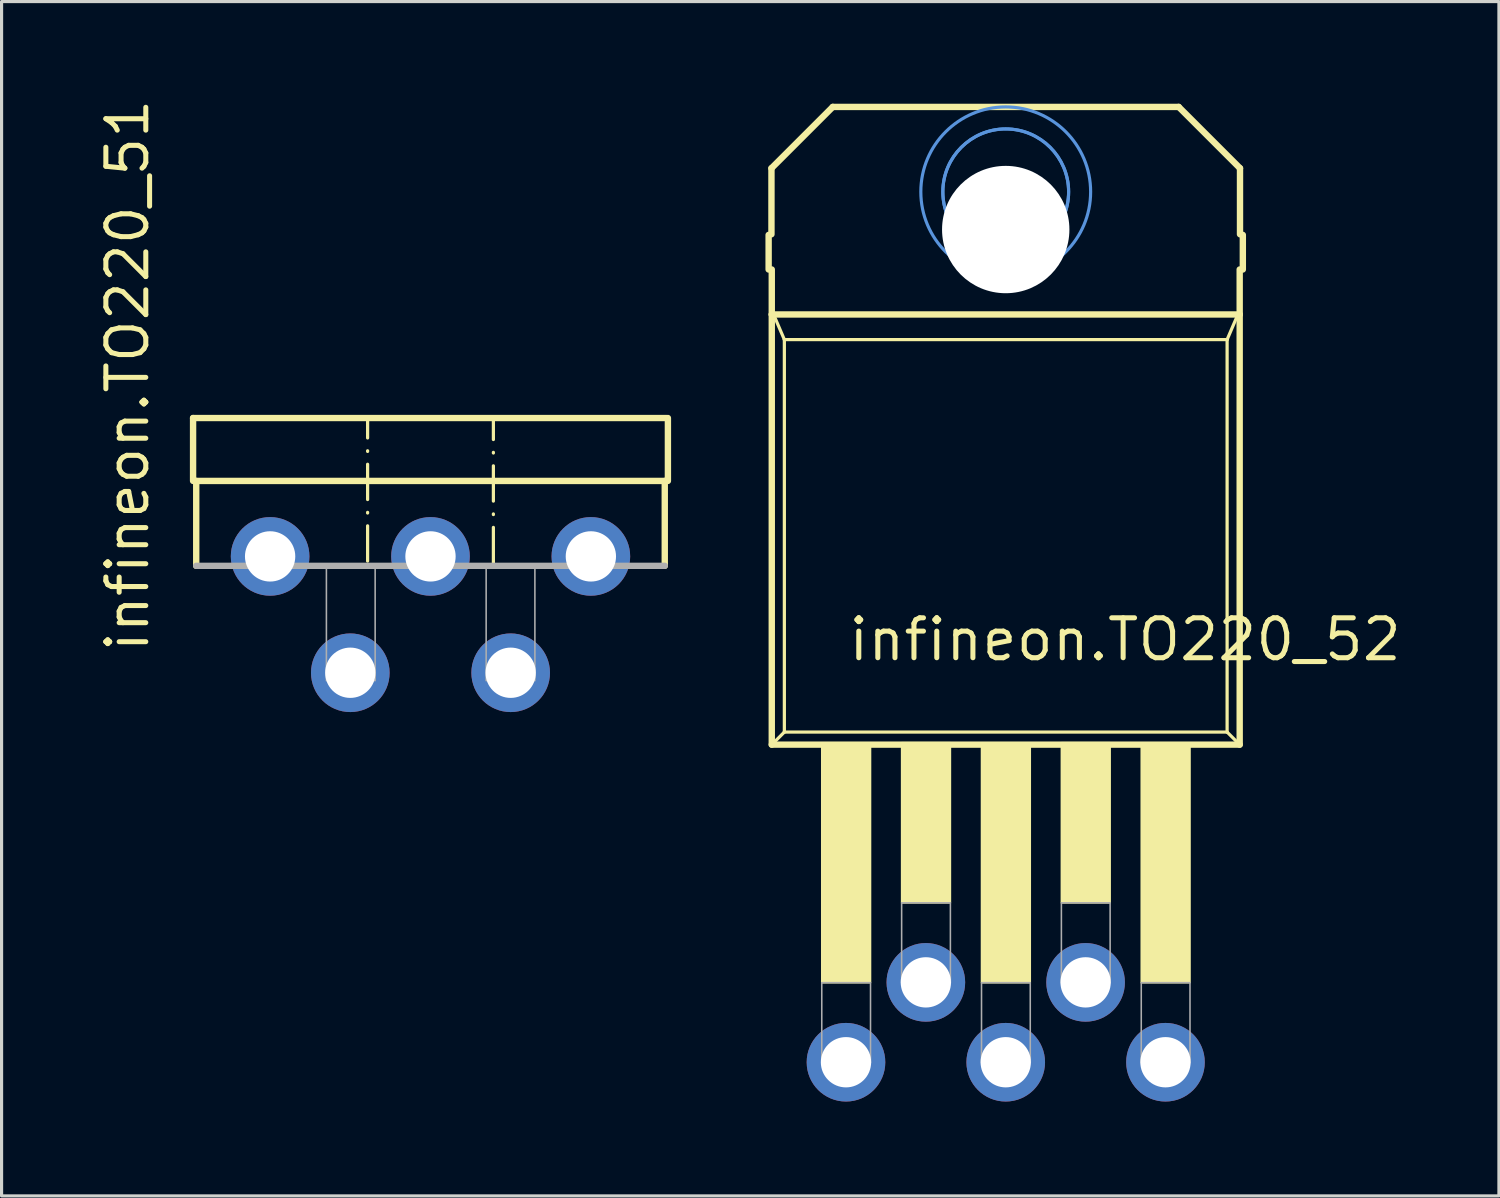
<source format=kicad_pcb>
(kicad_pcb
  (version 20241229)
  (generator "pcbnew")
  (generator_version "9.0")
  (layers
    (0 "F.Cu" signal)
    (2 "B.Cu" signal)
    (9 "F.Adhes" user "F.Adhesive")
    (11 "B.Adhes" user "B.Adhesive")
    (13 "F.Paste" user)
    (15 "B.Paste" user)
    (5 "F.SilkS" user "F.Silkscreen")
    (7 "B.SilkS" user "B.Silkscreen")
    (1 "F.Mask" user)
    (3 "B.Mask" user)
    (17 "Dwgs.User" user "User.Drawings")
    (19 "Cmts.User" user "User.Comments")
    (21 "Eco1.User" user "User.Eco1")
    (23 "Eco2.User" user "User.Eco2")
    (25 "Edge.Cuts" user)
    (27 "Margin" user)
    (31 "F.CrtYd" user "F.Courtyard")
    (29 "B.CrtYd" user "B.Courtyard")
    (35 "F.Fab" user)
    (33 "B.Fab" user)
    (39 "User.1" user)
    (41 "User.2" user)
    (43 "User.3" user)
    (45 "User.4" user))
  (footprint "infineon.TO220_51"
    (layer "F.Cu")
    (at 10.64 10.144)
    (property "Reference" "infineon.TO220_51" (at -8.89 7.62 90) (layer "F.SilkS") (effects (font (size 1.27 1.27) (thickness 0.16)) (justify left bottom)))
    (attr through_hole)
    (fp_line (start -7.55 0.1) (end -7.55 2.1) (stroke (width 0.203) (type default)) (layer "F.SilkS"))
    (fp_line (start -7.45 2.1) (end -7.45 4.8) (stroke (width 0.203) (type default)) (layer "F.SilkS"))
    (fp_line (start -2 4.65) (end -2 0.2) (stroke (width 0.102) (type dash_dot)) (layer "F.SilkS"))
    (fp_line (start 2 4.7) (end 2 0.2) (stroke (width 0.102) (type dash_dot)) (layer "F.SilkS"))
    (fp_line (start 7.45 2.1) (end -7.45 2.1) (stroke (width 0.203) (type default)) (layer "F.SilkS"))
    (fp_line (start 7.45 4.8) (end 7.45 2.1) (stroke (width 0.203) (type default)) (layer "F.SilkS"))
    (fp_line (start 7.5 0.1) (end -7.55 0.1) (stroke (width 0.203) (type default)) (layer "F.SilkS"))
    (fp_line (start 7.55 2.1) (end 7.55 0.1) (stroke (width 0.203) (type default)) (layer "F.SilkS"))
    (fp_line (start -7.45 4.8) (end 7.45 4.8) (stroke (width 0.203) (type default)) (layer "F.Fab"))
    (fp_rect (start -3.31 8.45) (end -1.76 4.8) (stroke (width 0.05) (type default)) (fill no) (layer "F.Fab"))
    (fp_rect (start 1.77 8.45) (end 3.32 4.8) (stroke (width 0.05) (type default)) (fill no) (layer "F.Fab"))
    (pad "1" thru_hole circle (at -5.1 4.5 90) (size 2.5 2.5) (drill 1.6) (layers "*.Cu" "*.Mask"))
    (pad "2" thru_hole circle (at -2.55 8.2 90) (size 2.5 2.5) (drill 1.6) (layers "*.Cu" "*.Mask"))
    (pad "3" thru_hole circle (at 0 4.5 90) (size 2.5 2.5) (drill 1.6) (layers "*.Cu" "*.Mask"))
    (pad "4" thru_hole circle (at 2.55 8.2 90) (size 2.5 2.5) (drill 1.6) (layers "*.Cu" "*.Mask"))
    (pad "5" thru_hole circle (at 5.1 4.5 90) (size 2.5 2.5) (drill 1.6) (layers "*.Cu" "*.Mask")))
  (footprint "infineon.TO220_52"
    (layer "F.Cu")
    (at 28.933 0.25)
    (property "Reference" "infineon.TO220_52" (at -5.08 17.78 0) (layer "F.SilkS") (effects (font (size 1.27 1.27) (thickness 0.16)) (justify left bottom)))
    (attr through_hole)
    (fp_line (start -7.54 4.17) (end -7.54 5.27) (stroke (width 0.203) (type default)) (layer "F.SilkS"))
    (fp_line (start -7.45 2.05) (end -7.45 4.15) (stroke (width 0.203) (type default)) (layer "F.SilkS"))
    (fp_line (start -7.44 5.27) (end -7.44 6.7) (stroke (width 0.203) (type default)) (layer "F.SilkS"))
    (fp_line (start -7.44 6.7) (end -7.44 20.38) (stroke (width 0.203) (type default)) (layer "F.SilkS"))
    (fp_line (start -7.44 6.7) (end 7.44 6.7) (stroke (width 0.203) (type default)) (layer "F.SilkS"))
    (fp_line (start -7.44 20.38) (end -7.04 19.98) (stroke (width 0.102) (type default)) (layer "F.SilkS"))
    (fp_line (start -7.44 20.38) (end 7.44 20.38) (stroke (width 0.203) (type default)) (layer "F.SilkS"))
    (fp_line (start -7.04 7.5) (end -7.34 6.8) (stroke (width 0.102) (type default)) (layer "F.SilkS"))
    (fp_line (start -7.04 7.5) (end -7.04 19.98) (stroke (width 0.102) (type default)) (layer "F.SilkS"))
    (fp_line (start -7.04 19.98) (end 7.04 19.98) (stroke (width 0.102) (type default)) (layer "F.SilkS"))
    (fp_line (start -5.5 0.1) (end -7.45 2.05) (stroke (width 0.203) (type default)) (layer "F.SilkS"))
    (fp_line (start 5.5 0.1) (end -5.5 0.1) (stroke (width 0.203) (type default)) (layer "F.SilkS"))
    (fp_line (start 7.04 7.5) (end -7.04 7.5) (stroke (width 0.102) (type default)) (layer "F.SilkS"))
    (fp_line (start 7.04 7.5) (end 7.34 6.8) (stroke (width 0.102) (type default)) (layer "F.SilkS"))
    (fp_line (start 7.04 19.98) (end 7.04 7.5) (stroke (width 0.102) (type default)) (layer "F.SilkS"))
    (fp_line (start 7.04 19.98) (end 7.44 20.38) (stroke (width 0.102) (type default)) (layer "F.SilkS"))
    (fp_line (start 7.44 6.7) (end 7.44 5.27) (stroke (width 0.203) (type default)) (layer "F.SilkS"))
    (fp_line (start 7.44 20.38) (end 7.44 6.7) (stroke (width 0.203) (type default)) (layer "F.SilkS"))
    (fp_line (start 7.45 2.05) (end 5.5 0.1) (stroke (width 0.203) (type default)) (layer "F.SilkS"))
    (fp_line (start 7.45 4.15) (end 7.45 2.05) (stroke (width 0.203) (type default)) (layer "F.SilkS"))
    (fp_line (start 7.54 5.27) (end 7.54 4.17) (stroke (width 0.203) (type default)) (layer "F.SilkS"))
    (fp_rect (start -5.85 27.95) (end -4.3 20.4) (stroke (width 0.05) (type default)) (fill yes) (layer "F.SilkS"))
    (fp_rect (start -3.31 25.41) (end -1.76 20.32) (stroke (width 0.05) (type default)) (fill yes) (layer "F.SilkS"))
    (fp_rect (start -0.77 27.95) (end 0.78 20.4) (stroke (width 0.05) (type default)) (fill yes) (layer "F.SilkS"))
    (fp_rect (start 1.77 25.41) (end 3.32 20.32) (stroke (width 0.05) (type default)) (fill yes) (layer "F.SilkS"))
    (fp_rect (start 4.31 27.95) (end 5.86 20.4) (stroke (width 0.05) (type default)) (fill yes) (layer "F.SilkS"))
    (fp_circle (center 0 2.8) (end 2 2.8) (stroke (width 0.1) (type default)) (fill no) (layer "Cmts.User"))
    (fp_circle (center 0 2.8) (end 2 2.8) (stroke (width 0.1) (type default)) (fill no) (layer "Cmts.User"))
    (fp_circle (center 0 2.8) (end 2.7 2.8) (stroke (width 0.1) (type default)) (fill no) (layer "Cmts.User"))
    (fp_rect (start -5.85 30.5) (end -4.3 27.95) (stroke (width 0.05) (type default)) (fill no) (layer "F.Fab"))
    (fp_rect (start -3.31 27.96) (end -1.76 25.41) (stroke (width 0.05) (type default)) (fill no) (layer "F.Fab"))
    (fp_rect (start -0.77 30.5) (end 0.78 27.95) (stroke (width 0.05) (type default)) (fill no) (layer "F.Fab"))
    (fp_rect (start 1.77 27.96) (end 3.32 25.41) (stroke (width 0.05) (type default)) (fill no) (layer "F.Fab"))
    (fp_rect (start 4.31 30.5) (end 5.86 27.95) (stroke (width 0.05) (type default)) (fill no) (layer "F.Fab"))
    (pad "" np_thru_hole circle (at 0 4) (size 4.05 4.05) (drill 4.05) (layers "*.Cu" "*.Mask"))
    (pad "1" thru_hole circle (at -5.08 30.48 90) (size 2.5 2.5) (drill 1.6) (layers "*.Cu" "*.Mask"))
    (pad "2" thru_hole circle (at -2.54 27.94 90) (size 2.5 2.5) (drill 1.6) (layers "*.Cu" "*.Mask"))
    (pad "3" thru_hole circle (at 0 30.48 90) (size 2.5 2.5) (drill 1.6) (layers "*.Cu" "*.Mask"))
    (pad "4" thru_hole circle (at 2.54 27.94 90) (size 2.5 2.5) (drill 1.6) (layers "*.Cu" "*.Mask"))
    (pad "5" thru_hole circle (at 5.08 30.48 90) (size 2.5 2.5) (drill 1.6) (layers "*.Cu" "*.Mask")))
  (gr_rect
    (start -3 -3)
    (end 44.617 34.98)
    (stroke (width 0.1) (type default))
    (fill no)
    (layer "Edge.Cuts")))
</source>
